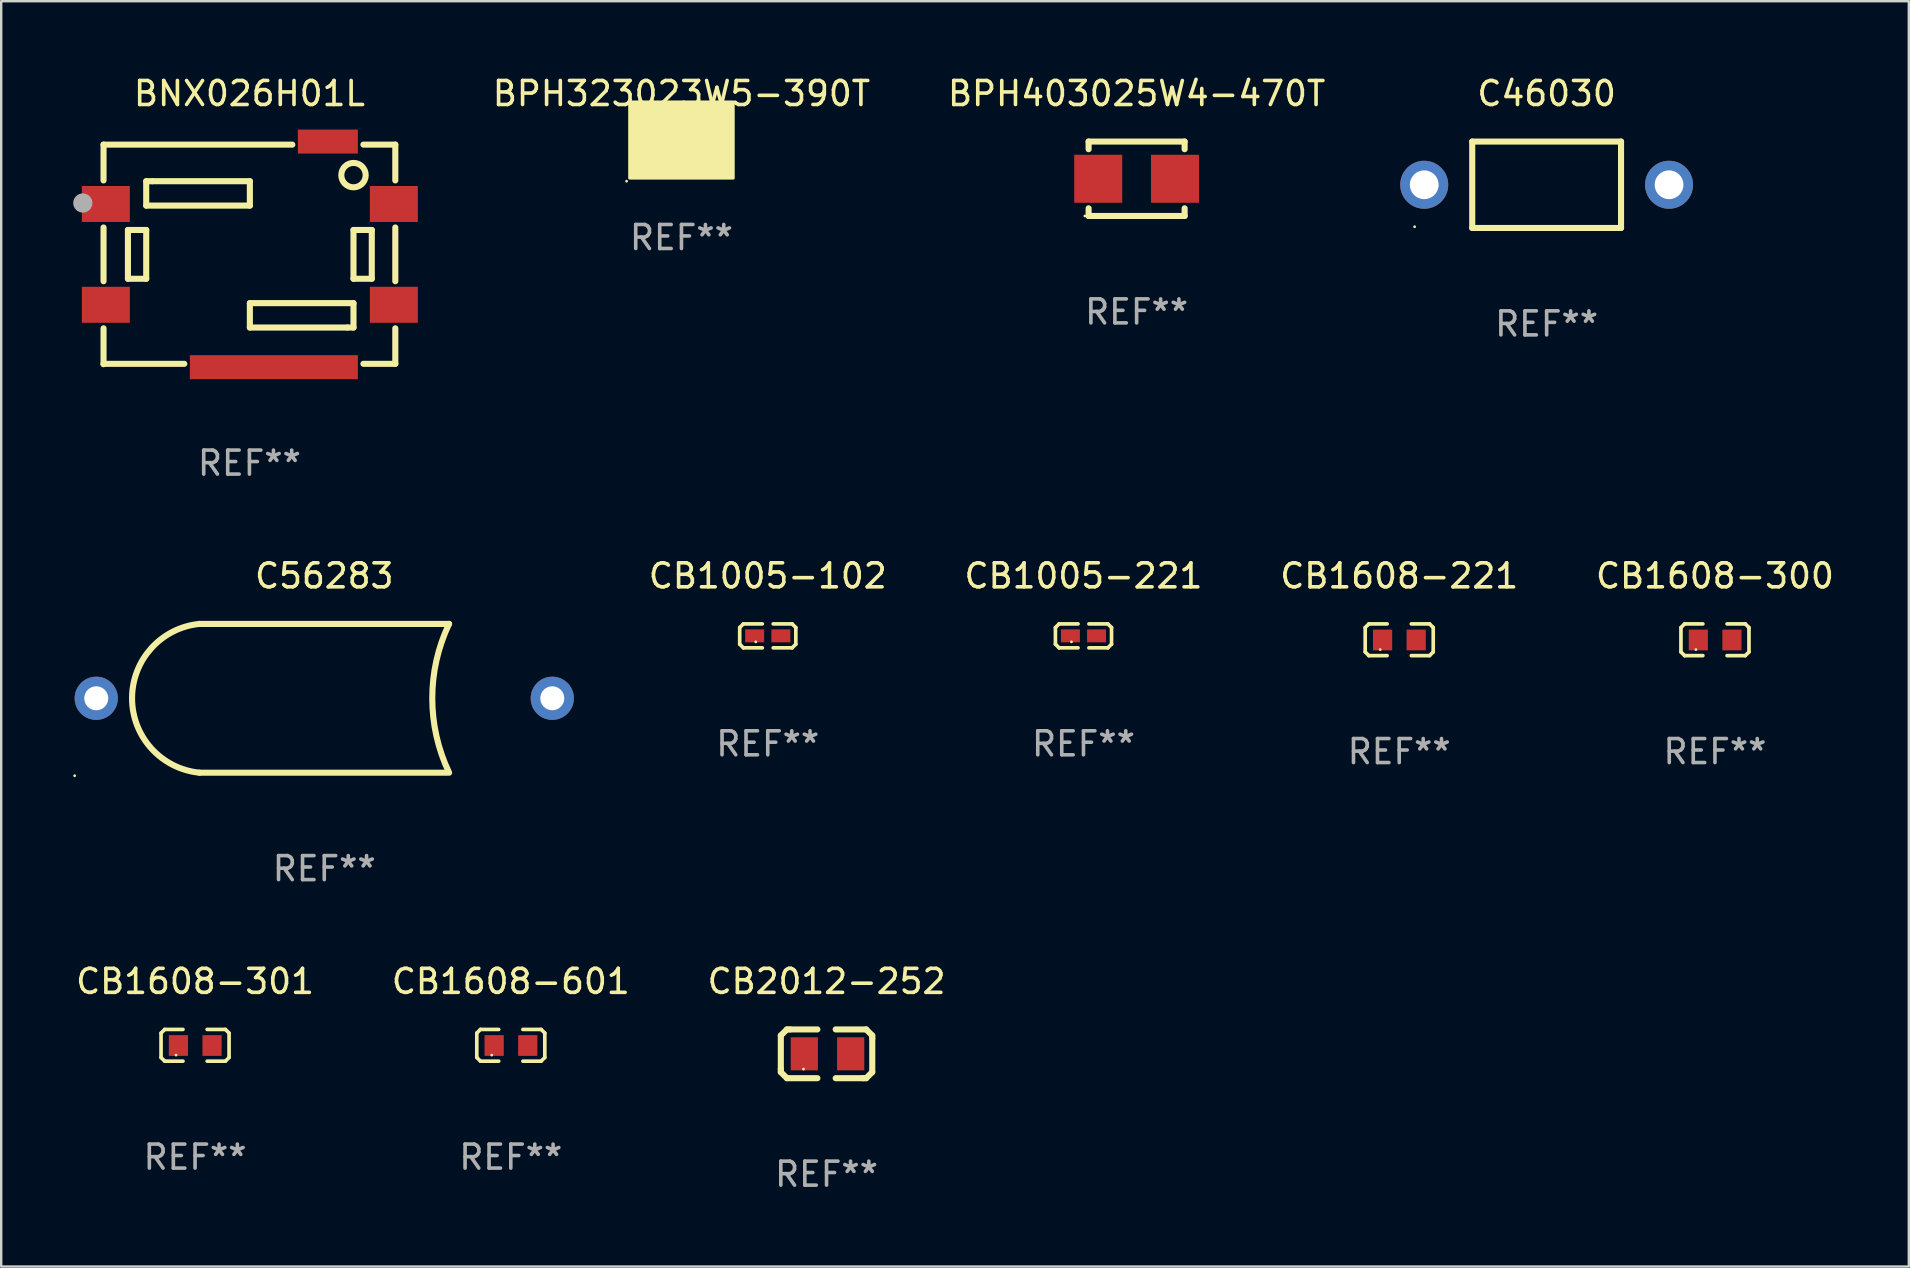
<source format=kicad_pcb>
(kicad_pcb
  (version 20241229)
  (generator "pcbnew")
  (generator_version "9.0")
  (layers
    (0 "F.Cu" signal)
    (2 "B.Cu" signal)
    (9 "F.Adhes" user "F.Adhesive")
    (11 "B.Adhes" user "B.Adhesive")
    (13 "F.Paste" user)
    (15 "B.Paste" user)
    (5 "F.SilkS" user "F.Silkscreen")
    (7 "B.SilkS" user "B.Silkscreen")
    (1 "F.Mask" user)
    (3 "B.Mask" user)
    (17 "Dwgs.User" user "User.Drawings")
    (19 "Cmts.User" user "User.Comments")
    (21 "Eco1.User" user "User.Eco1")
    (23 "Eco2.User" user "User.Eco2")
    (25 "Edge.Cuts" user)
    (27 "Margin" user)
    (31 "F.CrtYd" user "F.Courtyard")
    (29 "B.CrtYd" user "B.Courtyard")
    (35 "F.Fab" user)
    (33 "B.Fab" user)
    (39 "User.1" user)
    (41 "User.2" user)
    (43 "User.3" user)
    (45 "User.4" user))
  (footprint "CB1608-221"
    (layer "F.Cu")
    (at 55.247 23.605)
    (property "Reference" "CB1608-221" (at 0 -2.661 0) (layer "F.SilkS") (effects (font (size 1 1) (thickness 0.15))))
    (attr through_hole)
    (fp_line (start -1.417 -0.508) (end -1.265 -0.661) (stroke (width 0.152) (type solid)) (layer "F.SilkS"))
    (fp_line (start -1.417 0.508) (end -1.417 -0.508) (stroke (width 0.152) (type solid)) (layer "F.SilkS"))
    (fp_line (start -1.265 -0.661) (end -0.503 -0.661) (stroke (width 0.152) (type solid)) (layer "F.SilkS"))
    (fp_line (start -1.265 0.661) (end -1.417 0.508) (stroke (width 0.152) (type solid)) (layer "F.SilkS"))
    (fp_line (start -1.265 0.661) (end -0.503 0.661) (stroke (width 0.152) (type solid)) (layer "F.SilkS"))
    (fp_line (start 1.265 -0.661) (end 0.503 -0.661) (stroke (width 0.152) (type solid)) (layer "F.SilkS"))
    (fp_line (start 1.265 -0.661) (end 1.417 -0.508) (stroke (width 0.152) (type solid)) (layer "F.SilkS"))
    (fp_line (start 1.265 0.661) (end 0.503 0.661) (stroke (width 0.152) (type solid)) (layer "F.SilkS"))
    (fp_line (start 1.417 -0.508) (end 1.417 0.508) (stroke (width 0.152) (type solid)) (layer "F.SilkS"))
    (fp_line (start 1.417 0.508) (end 1.265 0.661) (stroke (width 0.152) (type solid)) (layer "F.SilkS"))
    (fp_circle (center -0.793 0.409) (end -0.763 0.409) (stroke (width 0.06) (type solid)) (fill no) (layer "F.SilkS"))
    (fp_text user "REF**" (at 0 4.661 0) (layer "F.Fab") (effects (font (size 1 1) (thickness 0.15))))
    (pad "1" smd rect (at -0.693 0.009 180) (size 0.8 0.864) (layers "F.Cu" "F.Mask" "F.Paste"))
    (pad "2" smd rect (at 0.707 0.009 180) (size 0.8 0.864) (layers "F.Cu" "F.Mask" "F.Paste")))
  (footprint "CB1005-221"
    (layer "F.Cu")
    (at 42.092 23.443)
    (property "Reference" "CB1005-221" (at 0 -2.499 0) (layer "F.SilkS") (effects (font (size 1 1) (thickness 0.15))))
    (attr through_hole)
    (fp_line (start -1.169 -0.346) (end -1.016 -0.499) (stroke (width 0.152) (type solid)) (layer "F.SilkS"))
    (fp_line (start -1.169 0.346) (end -1.169 -0.346) (stroke (width 0.152) (type solid)) (layer "F.SilkS"))
    (fp_line (start -1.016 -0.499) (end -0.226 -0.499) (stroke (width 0.152) (type solid)) (layer "F.SilkS"))
    (fp_line (start -1.016 0.499) (end -1.169 0.346) (stroke (width 0.152) (type solid)) (layer "F.SilkS"))
    (fp_line (start -0.226 0.499) (end -1.016 0.499) (stroke (width 0.152) (type solid)) (layer "F.SilkS"))
    (fp_line (start 0.226 0.499) (end 1.016 0.499) (stroke (width 0.152) (type solid)) (layer "F.SilkS"))
    (fp_line (start 1.016 -0.499) (end 0.226 -0.499) (stroke (width 0.152) (type solid)) (layer "F.SilkS"))
    (fp_line (start 1.016 0.499) (end 1.169 0.346) (stroke (width 0.152) (type solid)) (layer "F.SilkS"))
    (fp_line (start 1.169 -0.346) (end 1.016 -0.499) (stroke (width 0.152) (type solid)) (layer "F.SilkS"))
    (fp_line (start 1.169 0.346) (end 1.169 -0.346) (stroke (width 0.152) (type solid)) (layer "F.SilkS"))
    (fp_circle (center -0.5 0.25) (end -0.47 0.25) (stroke (width 0.06) (type solid)) (fill no) (layer "F.SilkS"))
    (fp_text user "REF**" (at 0 4.499 0) (layer "F.Fab") (effects (font (size 1 1) (thickness 0.15))))
    (pad "1" smd rect (at -0.545 0) (size 0.79 0.54) (layers "F.Cu" "F.Mask" "F.Paste"))
    (pad "2" smd rect (at 0.545 0) (size 0.79 0.54) (layers "F.Cu" "F.Mask" "F.Paste")))
  (footprint "CB1005-102"
    (layer "F.Cu")
    (at 28.938 23.443)
    (property "Reference" "CB1005-102" (at 0 -2.499 0) (layer "F.SilkS") (effects (font (size 1 1) (thickness 0.15))))
    (attr through_hole)
    (fp_line (start -1.169 -0.346) (end -1.016 -0.499) (stroke (width 0.152) (type solid)) (layer "F.SilkS"))
    (fp_line (start -1.169 0.346) (end -1.169 -0.346) (stroke (width 0.152) (type solid)) (layer "F.SilkS"))
    (fp_line (start -1.016 -0.499) (end -0.226 -0.499) (stroke (width 0.152) (type solid)) (layer "F.SilkS"))
    (fp_line (start -1.016 0.499) (end -1.169 0.346) (stroke (width 0.152) (type solid)) (layer "F.SilkS"))
    (fp_line (start -0.226 0.499) (end -1.016 0.499) (stroke (width 0.152) (type solid)) (layer "F.SilkS"))
    (fp_line (start 0.226 0.499) (end 1.016 0.499) (stroke (width 0.152) (type solid)) (layer "F.SilkS"))
    (fp_line (start 1.016 -0.499) (end 0.226 -0.499) (stroke (width 0.152) (type solid)) (layer "F.SilkS"))
    (fp_line (start 1.016 0.499) (end 1.169 0.346) (stroke (width 0.152) (type solid)) (layer "F.SilkS"))
    (fp_line (start 1.169 -0.346) (end 1.016 -0.499) (stroke (width 0.152) (type solid)) (layer "F.SilkS"))
    (fp_line (start 1.169 0.346) (end 1.169 -0.346) (stroke (width 0.152) (type solid)) (layer "F.SilkS"))
    (fp_circle (center -0.5 0.25) (end -0.47 0.25) (stroke (width 0.06) (type solid)) (fill no) (layer "F.SilkS"))
    (fp_text user "REF**" (at 0 4.499 0) (layer "F.Fab") (effects (font (size 1 1) (thickness 0.15))))
    (pad "1" smd rect (at -0.545 0) (size 0.79 0.54) (layers "F.Cu" "F.Mask" "F.Paste"))
    (pad "2" smd rect (at 0.545 0) (size 0.79 0.54) (layers "F.Cu" "F.Mask" "F.Paste")))
  (footprint "CB2012-252"
    (layer "F.Cu")
    (at 31.387 40.856)
    (property "Reference" "CB2012-252" (at 0 -3.016 0) (layer "F.SilkS") (effects (font (size 1 1) (thickness 0.15))))
    (attr through_hole)
    (fp_line (start -1.905 -0.762) (end -1.905 0.635) (stroke (width 0.254) (type solid)) (layer "F.SilkS"))
    (fp_line (start -1.905 0.635) (end -1.905 0.762) (stroke (width 0.254) (type solid)) (layer "F.SilkS"))
    (fp_line (start -1.905 0.762) (end -1.651 1.016) (stroke (width 0.254) (type solid)) (layer "F.SilkS"))
    (fp_line (start -1.651 -1.016) (end -1.905 -0.762) (stroke (width 0.254) (type solid)) (layer "F.SilkS"))
    (fp_line (start -1.651 1.016) (end -0.381 1.016) (stroke (width 0.254) (type solid)) (layer "F.SilkS"))
    (fp_line (start -1.524 -1.016) (end -1.651 -1.016) (stroke (width 0.254) (type solid)) (layer "F.SilkS"))
    (fp_line (start -0.381 -1.016) (end -1.524 -1.016) (stroke (width 0.254) (type solid)) (layer "F.SilkS"))
    (fp_line (start 0.381 1.016) (end 1.524 1.016) (stroke (width 0.254) (type solid)) (layer "F.SilkS"))
    (fp_line (start 1.524 1.016) (end 1.651 1.016) (stroke (width 0.254) (type solid)) (layer "F.SilkS"))
    (fp_line (start 1.651 -1.016) (end 0.381 -1.016) (stroke (width 0.254) (type solid)) (layer "F.SilkS"))
    (fp_line (start 1.651 1.016) (end 1.905 0.762) (stroke (width 0.254) (type solid)) (layer "F.SilkS"))
    (fp_line (start 1.905 -0.762) (end 1.651 -1.016) (stroke (width 0.254) (type solid)) (layer "F.SilkS"))
    (fp_line (start 1.905 -0.635) (end 1.905 -0.762) (stroke (width 0.254) (type solid)) (layer "F.SilkS"))
    (fp_line (start 1.905 0.762) (end 1.905 -0.635) (stroke (width 0.254) (type solid)) (layer "F.SilkS"))
    (fp_circle (center -0.96 0.637) (end -0.93 0.637) (stroke (width 0.06) (type solid)) (fill no) (layer "F.SilkS"))
    (fp_text user "REF**" (at 0 5.016 0) (layer "F.Fab") (effects (font (size 1 1) (thickness 0.15))))
    (pad "1" smd rect (at -0.926 -0.000051) (size 1.133 1.377) (layers "F.Cu" "F.Mask" "F.Paste"))
    (pad "2" smd rect (at 1.006 -0.000051) (size 1.133 1.377) (layers "F.Cu" "F.Mask" "F.Paste")))
  (footprint "BNX026H01L"
    (layer "F.Cu")
    (at 7.342 7.548)
    (property "Reference" "BNX026H01L" (at 0 -6.7 0) (layer "F.SilkS") (effects (font (size 1 1) (thickness 0.15))))
    (attr through_hole)
    (fp_line (start -6.078 -4.572) (end 1.787 -4.572) (stroke (width 0.254) (type solid)) (layer "F.SilkS"))
    (fp_line (start -6.078 -3.081) (end -6.078 -4.572) (stroke (width 0.254) (type solid)) (layer "F.SilkS"))
    (fp_line (start -6.078 1.119) (end -6.078 -1.119) (stroke (width 0.254) (type solid)) (layer "F.SilkS"))
    (fp_line (start -6.078 4.572) (end -6.078 3.081) (stroke (width 0.254) (type solid)) (layer "F.SilkS"))
    (fp_line (start -6.066 4.56) (end -6.078 4.572) (stroke (width 0.254) (type solid)) (layer "F.SilkS"))
    (fp_line (start -5.062 -1.016) (end -4.3 -1.016) (stroke (width 0.254) (type solid)) (layer "F.SilkS"))
    (fp_line (start -5.062 1.016) (end -5.062 -1.016) (stroke (width 0.254) (type solid)) (layer "F.SilkS"))
    (fp_line (start -4.3 -3.048) (end -4.046 -3.048) (stroke (width 0.254) (type solid)) (layer "F.SilkS"))
    (fp_line (start -4.3 -2.032) (end -4.3 -3.048) (stroke (width 0.254) (type solid)) (layer "F.SilkS"))
    (fp_line (start -4.3 -1.016) (end -4.3 1.016) (stroke (width 0.254) (type solid)) (layer "F.SilkS"))
    (fp_line (start -4.3 1.016) (end -5.062 1.016) (stroke (width 0.254) (type solid)) (layer "F.SilkS"))
    (fp_line (start -4.046 -3.048) (end 0.018 -3.048) (stroke (width 0.254) (type solid)) (layer "F.SilkS"))
    (fp_line (start -2.713 4.56) (end -6.066 4.56) (stroke (width 0.254) (type solid)) (layer "F.SilkS"))
    (fp_line (start 0.018 -3.048) (end 0.018 -2.032) (stroke (width 0.254) (type solid)) (layer "F.SilkS"))
    (fp_line (start 0.018 -2.032) (end -4.3 -2.032) (stroke (width 0.254) (type solid)) (layer "F.SilkS"))
    (fp_line (start 0.018 2.032) (end 4.336 2.032) (stroke (width 0.254) (type solid)) (layer "F.SilkS"))
    (fp_line (start 0.018 3.048) (end 0.018 2.032) (stroke (width 0.254) (type solid)) (layer "F.SilkS"))
    (fp_line (start 4.082 3.048) (end 0.018 3.048) (stroke (width 0.254) (type solid)) (layer "F.SilkS"))
    (fp_line (start 4.336 -1.016) (end 5.098 -1.016) (stroke (width 0.254) (type solid)) (layer "F.SilkS"))
    (fp_line (start 4.336 1.016) (end 4.336 -1.016) (stroke (width 0.254) (type solid)) (layer "F.SilkS"))
    (fp_line (start 4.336 2.032) (end 4.336 3.048) (stroke (width 0.254) (type solid)) (layer "F.SilkS"))
    (fp_line (start 4.336 3.048) (end 4.082 3.048) (stroke (width 0.254) (type solid)) (layer "F.SilkS"))
    (fp_line (start 4.749 -4.572) (end 6.078 -4.572) (stroke (width 0.254) (type solid)) (layer "F.SilkS"))
    (fp_line (start 5.098 -1.016) (end 5.098 1.016) (stroke (width 0.254) (type solid)) (layer "F.SilkS"))
    (fp_line (start 5.098 1.016) (end 4.336 1.016) (stroke (width 0.254) (type solid)) (layer "F.SilkS"))
    (fp_line (start 6.078 -4.572) (end 6.078 -3.081) (stroke (width 0.254) (type solid)) (layer "F.SilkS"))
    (fp_line (start 6.078 -1.119) (end 6.078 1.119) (stroke (width 0.254) (type solid)) (layer "F.SilkS"))
    (fp_line (start 6.078 3.081) (end 6.078 4.56) (stroke (width 0.254) (type solid)) (layer "F.SilkS"))
    (fp_line (start 6.078 4.56) (end 4.749 4.56) (stroke (width 0.254) (type solid)) (layer "F.SilkS"))
    (fp_circle (center -6.032 -4.55) (end -6.002 -4.55) (stroke (width 0.06) (type solid)) (fill no) (layer "F.SilkS"))
    (fp_circle (center 4.336 -3.302) (end 4.844 -3.302) (stroke (width 0.254) (type solid)) (fill no) (layer "F.SilkS"))
    (fp_circle (center -6.942 -2.14) (end -6.742 -2.14) (stroke (width 0.4) (type solid)) (fill no) (layer "F.Fab"))
    (fp_text user "REF**" (at 0 8.7 0) (layer "F.Fab") (effects (font (size 1 1) (thickness 0.15))))
    (pad "1" smd rect (at -5.982 -2.1) (size 2 1.5) (layers "F.Cu" "F.Mask" "F.Paste"))
    (pad "2" smd rect (at 6.018 -2.1) (size 2 1.5) (layers "F.Cu" "F.Mask" "F.Paste"))
    (pad "3" smd rect (at -5.982 2.1) (size 2 1.5) (layers "F.Cu" "F.Mask" "F.Paste"))
    (pad "4" smd rect (at 1.018 4.7 90) (size 1 7) (layers "F.Cu" "F.Mask" "F.Paste"))
    (pad "4" smd rect (at 3.268 -4.7 90) (size 1 2.5) (layers "F.Cu" "F.Mask" "F.Paste"))
    (pad "4" smd rect (at 6.018 2.1) (size 2 1.5) (layers "F.Cu" "F.Mask" "F.Paste")))
  (footprint "C46030"
    (layer "F.Cu")
    (at 61.389 4.648)
    (property "Reference" "C46030" (at 0 -3.8 0) (layer "F.SilkS") (effects (font (size 1 1) (thickness 0.15))))
    (attr through_hole)
    (fp_line (start -3.1 1.8) (end 3.1 1.8) (stroke (width 0.254) (type solid)) (layer "F.SilkS"))
    (fp_line (start -3.1 -1.8) (end -3.1 1.8) (stroke (width 0.254) (type solid)) (layer "F.SilkS"))
    (fp_line (start -3.1 -1.8) (end 3.1 -1.8) (stroke (width 0.254) (type solid)) (layer "F.SilkS"))
    (fp_line (start 3.1 -1.8) (end 3.1 1.8) (stroke (width 0.254) (type solid)) (layer "F.SilkS"))
    (fp_circle (center -5.5 1.75) (end -5.47 1.75) (stroke (width 0.06) (type solid)) (fill no) (layer "F.SilkS"))
    (fp_text user "REF**" (at 0 5.8 0) (layer "F.Fab") (effects (font (size 1 1) (thickness 0.15))))
    (pad "1" thru_hole circle (at -5.1 0) (size 2 2) (drill 1.2) (layers "*.Cu" "*.Mask"))
    (pad "2" thru_hole circle (at 5.1 0) (size 2 2) (drill 1.2) (layers "*.Cu" "*.Mask")))
  (footprint "BPH323023W5-390T"
    (layer "F.Cu")
    (at 25.342 2.848)
    (property "Reference" "BPH323023W5-390T" (at 0 -2 0) (layer "F.SilkS") (effects (font (size 1 1) (thickness 0.15))))
    (attr through_hole)
    (fp_circle (center -2.286 1.651) (end -2.256 1.651) (stroke (width 0.06) (type solid)) (fill no) (layer "F.SilkS"))
    (fp_poly (pts (xy -2.159 -1.651) (xy 2.159 -1.651) (xy 2.159 1.524) (xy -2.159 1.524)) (stroke (width 0.12) (type solid)) (fill yes) (layer "F.SilkS"))
    (fp_text user "REF**" (at 0 4 0) (layer "F.Fab") (effects (font (size 1 1) (thickness 0.15))))
    (pad "1" smd rect (at -1.2 0) (size 1.4 1.2) (layers "F.Cu" "F.Mask" "F.Paste"))
    (pad "2" smd rect (at 1.2 0) (size 1.4 1.2) (layers "F.Cu" "F.Mask" "F.Paste")))
  (footprint "CB1608-301"
    (layer "F.Cu")
    (at 5.077 40.501)
    (property "Reference" "CB1608-301" (at 0 -2.661 0) (layer "F.SilkS") (effects (font (size 1 1) (thickness 0.15))))
    (attr through_hole)
    (fp_line (start -1.417 -0.508) (end -1.265 -0.661) (stroke (width 0.152) (type solid)) (layer "F.SilkS"))
    (fp_line (start -1.417 0.508) (end -1.417 -0.508) (stroke (width 0.152) (type solid)) (layer "F.SilkS"))
    (fp_line (start -1.265 -0.661) (end -0.503 -0.661) (stroke (width 0.152) (type solid)) (layer "F.SilkS"))
    (fp_line (start -1.265 0.661) (end -1.417 0.508) (stroke (width 0.152) (type solid)) (layer "F.SilkS"))
    (fp_line (start -1.265 0.661) (end -0.503 0.661) (stroke (width 0.152) (type solid)) (layer "F.SilkS"))
    (fp_line (start 1.265 -0.661) (end 0.503 -0.661) (stroke (width 0.152) (type solid)) (layer "F.SilkS"))
    (fp_line (start 1.265 -0.661) (end 1.417 -0.508) (stroke (width 0.152) (type solid)) (layer "F.SilkS"))
    (fp_line (start 1.265 0.661) (end 0.503 0.661) (stroke (width 0.152) (type solid)) (layer "F.SilkS"))
    (fp_line (start 1.417 -0.508) (end 1.417 0.508) (stroke (width 0.152) (type solid)) (layer "F.SilkS"))
    (fp_line (start 1.417 0.508) (end 1.265 0.661) (stroke (width 0.152) (type solid)) (layer "F.SilkS"))
    (fp_circle (center -0.793 0.409) (end -0.763 0.409) (stroke (width 0.06) (type solid)) (fill no) (layer "F.SilkS"))
    (fp_text user "REF**" (at 0 4.661 0) (layer "F.Fab") (effects (font (size 1 1) (thickness 0.15))))
    (pad "1" smd rect (at -0.693 0.009 180) (size 0.8 0.864) (layers "F.Cu" "F.Mask" "F.Paste"))
    (pad "2" smd rect (at 0.707 0.009 180) (size 0.8 0.864) (layers "F.Cu" "F.Mask" "F.Paste")))
  (footprint "CB1608-300"
    (layer "F.Cu")
    (at 68.402 23.605)
    (property "Reference" "CB1608-300" (at 0 -2.661 0) (layer "F.SilkS") (effects (font (size 1 1) (thickness 0.15))))
    (attr through_hole)
    (fp_line (start -1.417 -0.508) (end -1.265 -0.661) (stroke (width 0.152) (type solid)) (layer "F.SilkS"))
    (fp_line (start -1.417 0.508) (end -1.417 -0.508) (stroke (width 0.152) (type solid)) (layer "F.SilkS"))
    (fp_line (start -1.265 -0.661) (end -0.503 -0.661) (stroke (width 0.152) (type solid)) (layer "F.SilkS"))
    (fp_line (start -1.265 0.661) (end -1.417 0.508) (stroke (width 0.152) (type solid)) (layer "F.SilkS"))
    (fp_line (start -1.265 0.661) (end -0.503 0.661) (stroke (width 0.152) (type solid)) (layer "F.SilkS"))
    (fp_line (start 1.265 -0.661) (end 0.503 -0.661) (stroke (width 0.152) (type solid)) (layer "F.SilkS"))
    (fp_line (start 1.265 -0.661) (end 1.417 -0.508) (stroke (width 0.152) (type solid)) (layer "F.SilkS"))
    (fp_line (start 1.265 0.661) (end 0.503 0.661) (stroke (width 0.152) (type solid)) (layer "F.SilkS"))
    (fp_line (start 1.417 -0.508) (end 1.417 0.508) (stroke (width 0.152) (type solid)) (layer "F.SilkS"))
    (fp_line (start 1.417 0.508) (end 1.265 0.661) (stroke (width 0.152) (type solid)) (layer "F.SilkS"))
    (fp_circle (center -0.793 0.409) (end -0.763 0.409) (stroke (width 0.06) (type solid)) (fill no) (layer "F.SilkS"))
    (fp_text user "REF**" (at 0 4.661 0) (layer "F.Fab") (effects (font (size 1 1) (thickness 0.15))))
    (pad "1" smd rect (at -0.693 0.009 180) (size 0.8 0.864) (layers "F.Cu" "F.Mask" "F.Paste"))
    (pad "2" smd rect (at 0.707 0.009 180) (size 0.8 0.864) (layers "F.Cu" "F.Mask" "F.Paste")))
  (footprint "CB1608-601"
    (layer "F.Cu")
    (at 18.232 40.501)
    (property "Reference" "CB1608-601" (at 0 -2.661 0) (layer "F.SilkS") (effects (font (size 1 1) (thickness 0.15))))
    (attr through_hole)
    (fp_line (start -1.417 -0.508) (end -1.265 -0.661) (stroke (width 0.152) (type solid)) (layer "F.SilkS"))
    (fp_line (start -1.417 0.508) (end -1.417 -0.508) (stroke (width 0.152) (type solid)) (layer "F.SilkS"))
    (fp_line (start -1.265 -0.661) (end -0.503 -0.661) (stroke (width 0.152) (type solid)) (layer "F.SilkS"))
    (fp_line (start -1.265 0.661) (end -1.417 0.508) (stroke (width 0.152) (type solid)) (layer "F.SilkS"))
    (fp_line (start -1.265 0.661) (end -0.503 0.661) (stroke (width 0.152) (type solid)) (layer "F.SilkS"))
    (fp_line (start 1.265 -0.661) (end 0.503 -0.661) (stroke (width 0.152) (type solid)) (layer "F.SilkS"))
    (fp_line (start 1.265 -0.661) (end 1.417 -0.508) (stroke (width 0.152) (type solid)) (layer "F.SilkS"))
    (fp_line (start 1.265 0.661) (end 0.503 0.661) (stroke (width 0.152) (type solid)) (layer "F.SilkS"))
    (fp_line (start 1.417 -0.508) (end 1.417 0.508) (stroke (width 0.152) (type solid)) (layer "F.SilkS"))
    (fp_line (start 1.417 0.508) (end 1.265 0.661) (stroke (width 0.152) (type solid)) (layer "F.SilkS"))
    (fp_circle (center -0.793 0.409) (end -0.763 0.409) (stroke (width 0.06) (type solid)) (fill no) (layer "F.SilkS"))
    (fp_text user "REF**" (at 0 4.661 0) (layer "F.Fab") (effects (font (size 1 1) (thickness 0.15))))
    (pad "1" smd rect (at -0.693 0.009 180) (size 0.8 0.864) (layers "F.Cu" "F.Mask" "F.Paste"))
    (pad "2" smd rect (at 0.707 0.009 180) (size 0.8 0.864) (layers "F.Cu" "F.Mask" "F.Paste")))
  (footprint "C56283"
    (layer "F.Cu")
    (at 10.46 26.044)
    (property "Reference" "C56283" (at 0 -5.099 0) (layer "F.SilkS") (effects (font (size 1 1) (thickness 0.15))))
    (attr through_hole)
    (fp_line (start -5.201 -3.099) (end 5.2 -3.099) (stroke (width 0.254) (type solid)) (layer "F.SilkS"))
    (fp_line (start -5.2 3.099) (end 5.1 3.099) (stroke (width 0.254) (type solid)) (layer "F.SilkS"))
    (fp_arc (start -5.200025 3.09939) (mid -8.007969 0.000576) (end -5.201296 -3.09939) (stroke (width 0.254001) (type solid)) (layer "F.SilkS"))
    (fp_arc (start 5.201295 3.099391) (mid 4.5001 -0.000466) (end 5.200025 -3.10061) (stroke (width 0.254001) (type solid)) (layer "F.SilkS"))
    (fp_circle (center -10.4 3.226) (end -10.37 3.226) (stroke (width 0.06) (type solid)) (fill no) (layer "F.SilkS"))
    (fp_text user "REF**" (at 0 7.099 0) (layer "F.Fab") (effects (font (size 1 1) (thickness 0.15))))
    (pad "1" thru_hole circle (at -9.5 -0.001) (size 1.8 1.8) (drill 1) (layers "*.Cu" "*.Mask"))
    (pad "2" thru_hole circle (at 9.5 -0.001) (size 1.8 1.8) (drill 1) (layers "*.Cu" "*.Mask")))
  (footprint "BPH403025W4-470T"
    (layer "F.Cu")
    (at 44.306 4.398)
    (property "Reference" "BPH403025W4-470T" (at 0 -3.55 0) (layer "F.SilkS") (effects (font (size 1 1) (thickness 0.15))))
    (attr through_hole)
    (fp_line (start -2 -1.55) (end -2 -1.231) (stroke (width 0.254) (type solid)) (layer "F.SilkS"))
    (fp_line (start -2 -1.55) (end 2 -1.55) (stroke (width 0.254) (type solid)) (layer "F.SilkS"))
    (fp_line (start -2 1.231) (end -2 1.55) (stroke (width 0.254) (type solid)) (layer "F.SilkS"))
    (fp_line (start -2 1.55) (end 2 1.55) (stroke (width 0.254) (type solid)) (layer "F.SilkS"))
    (fp_line (start 2 -1.55) (end 2 -1.231) (stroke (width 0.254) (type solid)) (layer "F.SilkS"))
    (fp_line (start 2 1.231) (end 2 1.55) (stroke (width 0.254) (type solid)) (layer "F.SilkS"))
    (fp_circle (center -2.156 1.551) (end -2.126 1.551) (stroke (width 0.06) (type solid)) (fill no) (layer "F.SilkS"))
    (fp_text user "REF**" (at 0 5.55 0) (layer "F.Fab") (effects (font (size 1 1) (thickness 0.15))))
    (pad "1" smd rect (at -1.6 0 90) (size 2 2) (layers "F.Cu" "F.Mask" "F.Paste"))
    (pad "2" smd rect (at 1.6 0 90) (size 2 2) (layers "F.Cu" "F.Mask" "F.Paste")))
  (gr_rect
    (start -3 -3)
    (end 76.479 49.72)
    (stroke (width 0.1) (type default))
    (fill no)
    (layer "Edge.Cuts")))
</source>
